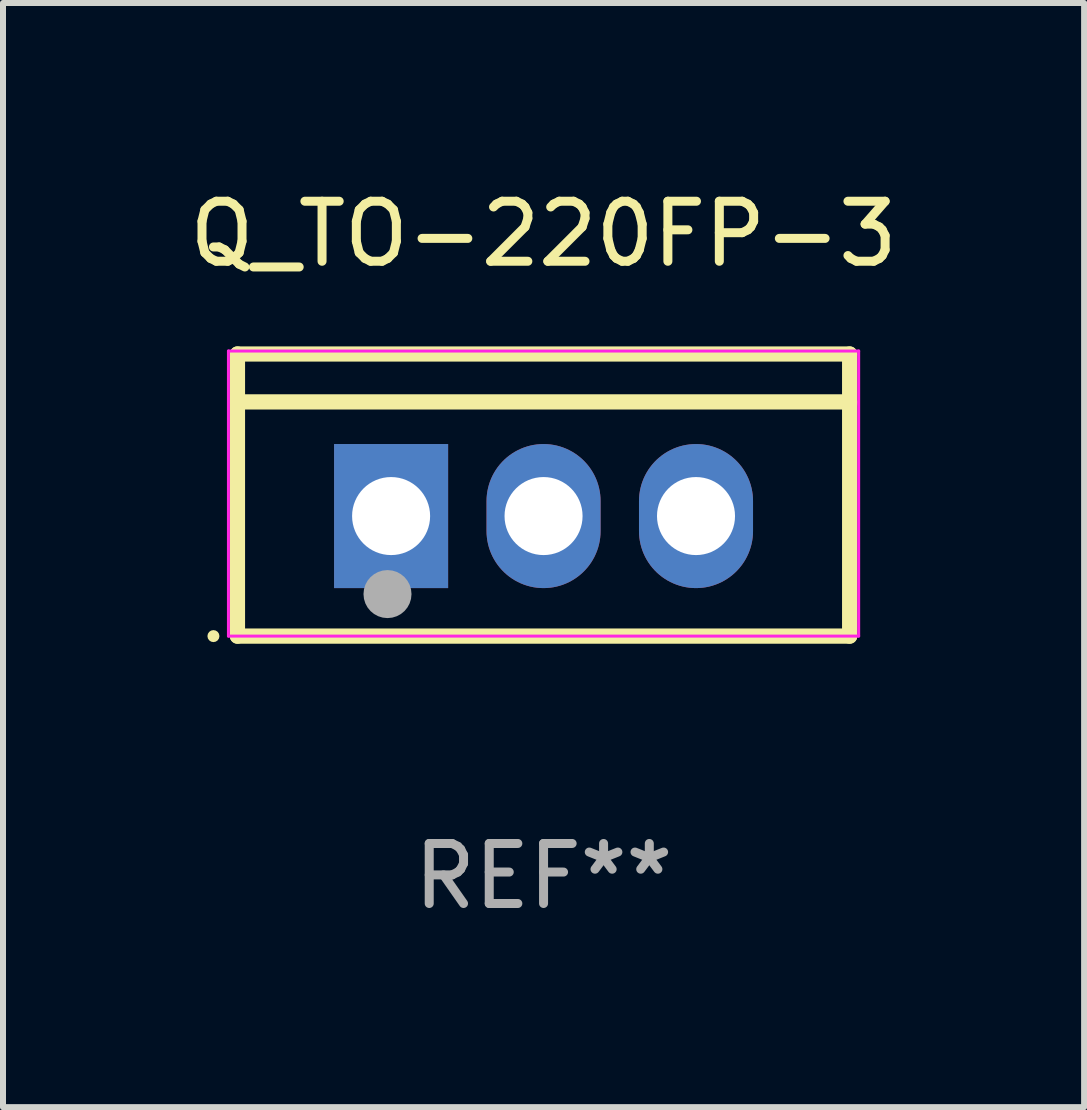
<source format=kicad_pcb>
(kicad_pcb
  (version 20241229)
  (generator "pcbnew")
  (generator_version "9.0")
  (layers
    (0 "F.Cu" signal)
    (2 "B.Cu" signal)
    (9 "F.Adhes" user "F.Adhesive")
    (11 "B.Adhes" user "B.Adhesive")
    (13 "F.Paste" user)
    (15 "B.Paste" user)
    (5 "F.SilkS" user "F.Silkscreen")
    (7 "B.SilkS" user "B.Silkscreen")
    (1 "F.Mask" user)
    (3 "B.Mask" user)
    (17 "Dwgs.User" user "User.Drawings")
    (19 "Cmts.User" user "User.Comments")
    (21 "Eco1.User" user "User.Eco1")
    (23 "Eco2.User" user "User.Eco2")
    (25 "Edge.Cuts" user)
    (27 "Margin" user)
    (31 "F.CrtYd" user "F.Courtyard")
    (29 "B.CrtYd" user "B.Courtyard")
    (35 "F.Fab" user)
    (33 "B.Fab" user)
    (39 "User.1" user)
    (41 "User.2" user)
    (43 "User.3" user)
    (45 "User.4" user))
  (footprint "Q_TO-220FP-3"
    (layer "F.Cu")
    (at 6.006 5.548)
    (property "Reference" "Q_TO-220FP-3" (at 0 -4.7 0) (layer "F.SilkS") (effects (font (size 1 1) (thickness 0.15))))
    (attr through_hole)
    (fp_line (start -5.1 -2.7) (end 5.1 -2.7) (stroke (width 0.254) (type solid)) (layer "F.SilkS"))
    (fp_line (start -5.1 -1.902) (end 5.1 -1.902) (stroke (width 0.254) (type solid)) (layer "F.SilkS"))
    (fp_line (start -5.1 2) (end -5.1 -2.7) (stroke (width 0.254) (type solid)) (layer "F.SilkS"))
    (fp_line (start 5.1 -2.7) (end 5.1 2) (stroke (width 0.254) (type solid)) (layer "F.SilkS"))
    (fp_line (start 5.1 -1.902) (end 5.1 -1.866) (stroke (width 0.254) (type solid)) (layer "F.SilkS"))
    (fp_line (start 5.1 2) (end -5.1 2) (stroke (width 0.254) (type solid)) (layer "F.SilkS"))
    (fp_circle (center -5.5 2) (end -5.45 2) (stroke (width 0.1) (type default)) (fill no) (layer "F.SilkS"))
    (fp_circle (center -5 1.95) (end -4.97 1.95) (stroke (width 0.06) (type solid)) (fill no) (layer "F.SilkS"))
    (fp_line (start -5.25 -2.75) (end 5.25 -2.75) (stroke (width 0.05) (type default)) (layer "F.CrtYd"))
    (fp_line (start -5.25 2) (end -5.25 -2.75) (stroke (width 0.05) (type default)) (layer "F.CrtYd"))
    (fp_line (start 5.25 -2.75) (end 5.25 2) (stroke (width 0.05) (type default)) (layer "F.CrtYd"))
    (fp_line (start 5.25 2) (end -5.25 2) (stroke (width 0.05) (type default)) (layer "F.CrtYd"))
    (fp_circle (center -2.6 1.3) (end -2.4 1.3) (stroke (width 0.4) (type solid)) (fill no) (layer "F.Fab"))
    (fp_text user "REF**" (at 0 6 0) (layer "F.Fab") (effects (font (size 1 1) (thickness 0.15))))
    (pad "1" thru_hole rect (at -2.54 0) (size 1.9 2.4) (drill 1.3) (layers "*.Cu" "*.Mask"))
    (pad "2" thru_hole oval (at 0 0) (size 1.9 2.4) (drill 1.3) (layers "*.Cu" "*.Mask"))
    (pad "3" thru_hole oval (at 2.54 0) (size 1.9 2.4) (drill 1.3) (layers "*.Cu" "*.Mask")))
  (gr_rect
    (start -3 -3)
    (end 15.012 15.396)
    (stroke (width 0.1) (type default))
    (fill no)
    (layer "Edge.Cuts")))
</source>
